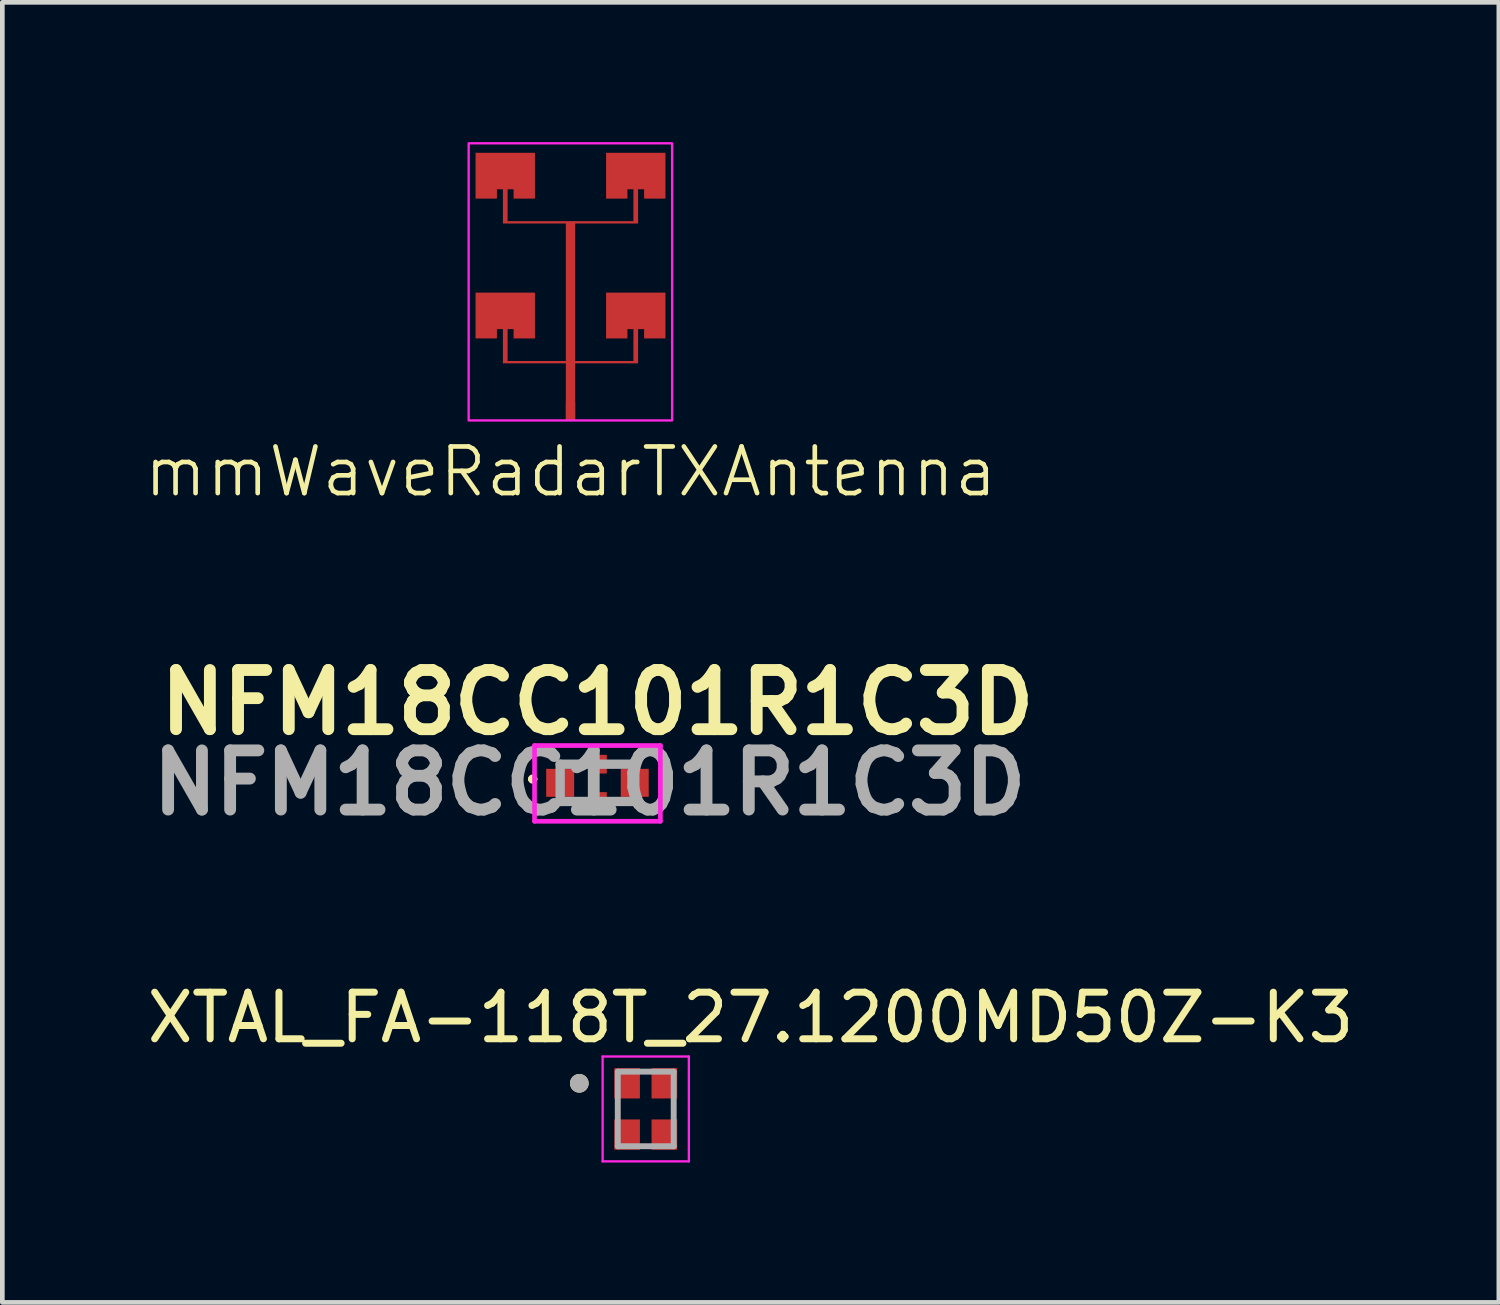
<source format=kicad_pcb>
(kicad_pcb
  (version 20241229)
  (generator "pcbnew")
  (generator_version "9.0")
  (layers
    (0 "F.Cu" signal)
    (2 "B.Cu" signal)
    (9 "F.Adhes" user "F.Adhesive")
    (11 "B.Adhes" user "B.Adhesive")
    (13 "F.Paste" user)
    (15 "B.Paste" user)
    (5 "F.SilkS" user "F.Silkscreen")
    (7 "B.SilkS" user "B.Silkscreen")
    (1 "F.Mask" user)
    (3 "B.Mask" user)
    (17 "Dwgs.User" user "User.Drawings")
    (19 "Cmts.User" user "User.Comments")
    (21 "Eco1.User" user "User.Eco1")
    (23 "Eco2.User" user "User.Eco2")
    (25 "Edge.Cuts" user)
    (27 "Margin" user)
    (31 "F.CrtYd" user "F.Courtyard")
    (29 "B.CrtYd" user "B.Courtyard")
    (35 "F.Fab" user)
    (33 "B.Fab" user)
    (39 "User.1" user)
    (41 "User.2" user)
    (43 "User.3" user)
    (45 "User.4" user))
  (footprint "NFM18CC101R1C3D"
    (layer "F.Cu")
    (at 9.768 13.745)
    (property "Reference" "NFM18CC101R1C3D" (at 0 -1.725 0) (layer "F.SilkS") (effects (font (size 1.27 1.27) (thickness 0.254))))
    (attr smd)
    (fp_line (start -1.44 -0.08) (end -1.44 -0.08) (stroke (width 0.1) (type solid)) (layer "F.SilkS"))
    (fp_line (start -1.34 -0.08) (end -1.34 -0.08) (stroke (width 0.1) (type solid)) (layer "F.SilkS"))
    (fp_arc (start -1.44 -0.08) (mid -1.39 -0.13) (end -1.34 -0.08) (stroke (width 0.1) (type solid)) (layer "F.SilkS"))
    (fp_arc (start -1.34 -0.08) (mid -1.39 -0.03) (end -1.44 -0.08) (stroke (width 0.1) (type solid)) (layer "F.SilkS"))
    (fp_line (start -1.35 -0.8) (end 1.35 -0.8) (stroke (width 0.1) (type solid)) (layer "F.CrtYd"))
    (fp_line (start -1.35 0.825) (end -1.35 -0.8) (stroke (width 0.1) (type solid)) (layer "F.CrtYd"))
    (fp_line (start 1.35 -0.8) (end 1.35 0.825) (stroke (width 0.1) (type solid)) (layer "F.CrtYd"))
    (fp_line (start 1.35 0.825) (end -1.35 0.825) (stroke (width 0.1) (type solid)) (layer "F.CrtYd"))
    (fp_line (start -0.8 -0.4) (end 0.8 -0.4) (stroke (width 0.2) (type solid)) (layer "F.Fab"))
    (fp_line (start -0.8 0.4) (end -0.8 -0.4) (stroke (width 0.2) (type solid)) (layer "F.Fab"))
    (fp_line (start 0.8 -0.4) (end 0.8 0.4) (stroke (width 0.2) (type solid)) (layer "F.Fab"))
    (fp_line (start 0.8 0.4) (end -0.8 0.4) (stroke (width 0.2) (type solid)) (layer "F.Fab"))
    (fp_text user "${REFERENCE}" (at -0.17 0 0) (layer "F.Fab") (effects (font (size 1.27 1.27) (thickness 0.254))))
    (pad "1" smd rect (at -0.8 0) (size 0.6 0.6) (layers "F.Cu" "F.Mask" "F.Paste"))
    (pad "2" smd rect (at 0 -0.4) (size 0.4 0.4) (layers "F.Cu" "F.Mask" "F.Paste"))
    (pad "2" smd rect (at 0 0.4) (size 0.4 0.4) (layers "F.Cu" "F.Mask" "F.Paste"))
    (pad "3" smd rect (at 0.8 0) (size 0.6 0.6) (layers "F.Cu" "F.Mask" "F.Paste")))
  (footprint "mmWaveRadarTXAntenna"
    (layer "F.Cu")
    (at 9.193 5.971)
    (property "Reference" "mmWaveRadarTXAntenna" (at 0 1.1 0) (unlocked yes) (layer "F.SilkS") (effects (font (size 1 1) (thickness 0.1))))
    (attr smd allow_soldermask_bridges)
    (fp_poly (pts (xy -1.453 -1.226) (xy -1.453 -1.96) (xy -1.582 -1.96) (xy -1.582 -1.76) (xy -2.04 -1.76) (xy -2.04 -2.743) (xy -0.766 -2.743) (xy -0.766 -1.76) (xy -1.224 -1.76) (xy -1.224 -1.96) (xy -1.353 -1.96) (xy -1.353 -1.276) (xy -0.103 -1.276) (xy -0.103 -4.226) (xy -1.453 -4.226) (xy -1.453 -4.96) (xy -1.582 -4.96) (xy -1.582 -4.76) (xy -2.04 -4.76) (xy -2.04 -5.743) (xy -0.766 -5.743) (xy -0.766 -4.76) (xy -1.224 -4.76) (xy -1.224 -4.96) (xy -1.353 -4.96) (xy -1.353 -4.276) (xy 1.347 -4.276) (xy 1.347 -4.96) (xy 1.218 -4.96) (xy 1.218 -4.76) (xy 0.76 -4.76) (xy 0.76 -5.743) (xy 2.034 -5.743) (xy 2.034 -4.76) (xy 1.576 -4.76) (xy 1.576 -4.96) (xy 1.447 -4.96) (xy 1.447 -4.226) (xy 0.097 -4.226) (xy 0.097 -1.276) (xy 1.347 -1.276) (xy 1.347 -1.96) (xy 1.218 -1.96) (xy 1.218 -1.76) (xy 0.76 -1.76) (xy 0.76 -2.743) (xy 2.034 -2.743) (xy 2.034 -1.76) (xy 1.576 -1.76) (xy 1.576 -1.96) (xy 1.447 -1.96) (xy 1.447 -1.226) (xy 0.097 -1.226) (xy 0.097 -0.001) (xy -0.103 -0.001) (xy -0.103 -1.226)) (stroke (width 0) (type solid)) (fill yes) (layer "F.Cu"))
    (fp_rect (start -2.188 -5.946) (end 2.187 -0.001) (stroke (width 0) (type solid)) (fill yes) (layer "F.Mask"))
    (fp_rect (start -2.188 -5.946) (end 2.177 -0.001) (stroke (width 0.05) (type default)) (fill no) (layer "F.CrtYd"))
    (pad "1" connect rect (at -0.003 -0.201) (size 0.2 0.4) (layers "F.Cu" "F.Mask")))
  (footprint "XTAL_FA-118T_27.1200MD50Z-K3"
    (layer "F.Cu")
    (at 10.804 20.742)
    (property "Reference" "XTAL_FA-118T_27.1200MD50Z-K3" (at 2.25 -1.96 0) (layer "F.SilkS") (effects (font (size 1 1) (thickness 0.15))))
    (attr smd)
    (fp_circle (center -1.425 -0.55) (end -1.325 -0.55) (stroke (width 0.2) (type solid)) (fill no) (layer "F.SilkS"))
    (fp_line (start -0.925 -1.125) (end -0.925 1.125) (stroke (width 0.05) (type solid)) (layer "F.CrtYd"))
    (fp_line (start -0.925 -1.125) (end 0.925 -1.125) (stroke (width 0.05) (type solid)) (layer "F.CrtYd"))
    (fp_line (start 0.925 -1.125) (end 0.925 1.125) (stroke (width 0.05) (type solid)) (layer "F.CrtYd"))
    (fp_line (start 0.925 1.125) (end -0.925 1.125) (stroke (width 0.05) (type solid)) (layer "F.CrtYd"))
    (fp_line (start -0.6 -0.8) (end -0.6 0.8) (stroke (width 0.127) (type solid)) (layer "F.Fab"))
    (fp_line (start -0.6 -0.8) (end 0.6 -0.8) (stroke (width 0.127) (type solid)) (layer "F.Fab"))
    (fp_line (start 0.6 -0.8) (end 0.6 0.8) (stroke (width 0.127) (type solid)) (layer "F.Fab"))
    (fp_line (start 0.6 0.8) (end -0.6 0.8) (stroke (width 0.127) (type solid)) (layer "F.Fab"))
    (fp_circle (center -1.425 -0.55) (end -1.325 -0.55) (stroke (width 0.2) (type solid)) (fill no) (layer "F.Fab"))
    (pad "1" smd rect (at -0.4 -0.55) (size 0.55 0.65) (layers "F.Cu" "F.Mask" "F.Paste"))
    (pad "2" smd rect (at -0.4 0.55) (size 0.55 0.65) (layers "F.Cu" "F.Mask" "F.Paste"))
    (pad "3" smd rect (at 0.4 0.55) (size 0.55 0.65) (layers "F.Cu" "F.Mask" "F.Paste"))
    (pad "4" smd rect (at 0.4 -0.55) (size 0.55 0.65) (layers "F.Cu" "F.Mask" "F.Paste")))
  (gr_rect
    (start -3 -3)
    (end 29.107 24.892)
    (stroke (width 0.1) (type default))
    (fill no)
    (layer "Edge.Cuts")))
</source>
